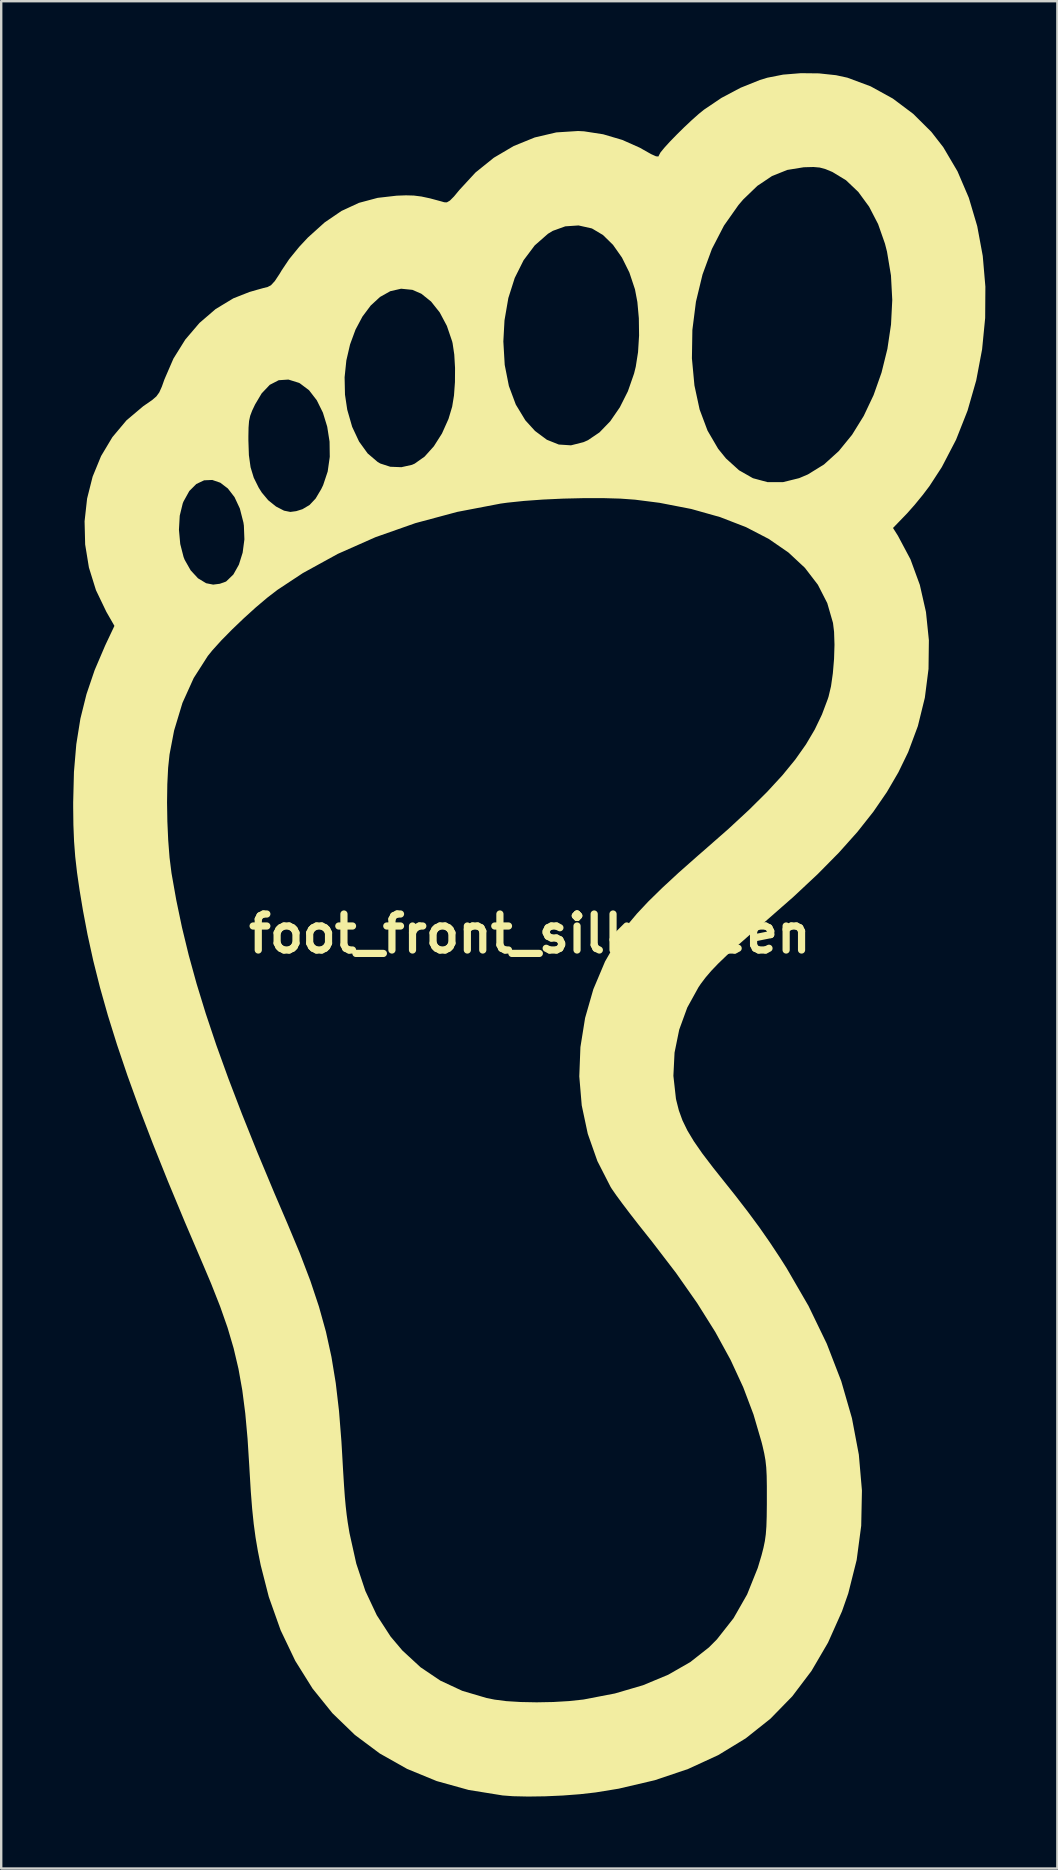
<source format=kicad_pcb>
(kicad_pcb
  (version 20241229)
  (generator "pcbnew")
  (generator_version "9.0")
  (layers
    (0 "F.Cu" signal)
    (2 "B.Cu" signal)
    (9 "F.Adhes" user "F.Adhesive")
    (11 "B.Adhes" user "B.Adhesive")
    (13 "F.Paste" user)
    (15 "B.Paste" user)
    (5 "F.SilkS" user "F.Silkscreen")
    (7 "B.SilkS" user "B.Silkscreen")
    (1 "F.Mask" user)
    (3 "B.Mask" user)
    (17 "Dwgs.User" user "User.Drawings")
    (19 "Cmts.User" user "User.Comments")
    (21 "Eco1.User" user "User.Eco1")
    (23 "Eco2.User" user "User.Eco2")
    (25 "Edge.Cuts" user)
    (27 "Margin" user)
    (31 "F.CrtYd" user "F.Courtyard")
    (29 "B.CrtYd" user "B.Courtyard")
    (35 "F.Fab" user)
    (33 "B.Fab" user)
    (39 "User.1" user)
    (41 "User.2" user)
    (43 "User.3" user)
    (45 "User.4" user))
  (footprint "foot_front_silkscreen"
    (layer "F.Cu")
    (at 19.035 35.865)
    (property "Reference" "foot_front_silkscreen" (at 0 0 0) (layer "F.SilkS") (effects (font (size 1.5 1.5) (thickness 0.3))))
    (attr board_only exclude_from_pos_files exclude_from_bom)
    (fp_poly (pts (xy 12.046 -35.857) (xy 12.757 -35.781) (xy 13.23 -35.678) (xy 14.2 -35.317) (xy 15.124 -34.808) (xy 15.976 -34.169) (xy 16.73 -33.42) (xy 17.228 -32.78) (xy 17.821 -31.774) (xy 18.293 -30.671) (xy 18.643 -29.49) (xy 18.873 -28.249) (xy 18.983 -26.968) (xy 18.974 -25.663) (xy 18.846 -24.355) (xy 18.601 -23.061) (xy 18.239 -21.799) (xy 17.761 -20.589) (xy 17.168 -19.449) (xy 16.653 -18.657) (xy 16.367 -18.28) (xy 16.037 -17.877) (xy 15.724 -17.523) (xy 15.653 -17.449) (xy 15.133 -16.911) (xy 15.336 -16.59) (xy 15.86 -15.606) (xy 16.251 -14.538) (xy 16.507 -13.407) (xy 16.628 -12.233) (xy 16.613 -11.036) (xy 16.46 -9.836) (xy 16.169 -8.654) (xy 15.765 -7.568) (xy 15.358 -6.729) (xy 14.877 -5.904) (xy 14.311 -5.08) (xy 13.649 -4.243) (xy 12.88 -3.382) (xy 11.994 -2.484) (xy 10.98 -1.535) (xy 9.827 -0.524) (xy 9.798 -0.499) (xy 9.151 0.057) (xy 8.619 0.524) (xy 8.187 0.918) (xy 7.837 1.255) (xy 7.555 1.551) (xy 7.323 1.822) (xy 7.126 2.083) (xy 7.029 2.225) (xy 6.559 3.076) (xy 6.223 3.997) (xy 6.028 4.956) (xy 5.98 5.923) (xy 6.085 6.867) (xy 6.099 6.936) (xy 6.208 7.366) (xy 6.358 7.779) (xy 6.562 8.199) (xy 6.834 8.652) (xy 7.188 9.162) (xy 7.639 9.753) (xy 7.927 10.115) (xy 8.553 10.9) (xy 9.089 11.595) (xy 9.563 12.237) (xy 9.998 12.861) (xy 10.421 13.5) (xy 10.696 13.933) (xy 11.612 15.514) (xy 12.372 17.086) (xy 12.975 18.646) (xy 13.421 20.189) (xy 13.709 21.711) (xy 13.838 23.206) (xy 13.808 24.672) (xy 13.618 26.102) (xy 13.268 27.494) (xy 13.007 28.239) (xy 12.425 29.544) (xy 11.735 30.724) (xy 10.935 31.782) (xy 10.022 32.718) (xy 8.995 33.534) (xy 7.851 34.232) (xy 6.588 34.813) (xy 5.205 35.279) (xy 3.699 35.632) (xy 2.742 35.788) (xy 2.092 35.862) (xy 1.374 35.917) (xy 0.636 35.95) (xy -0.073 35.96) (xy -0.706 35.946) (xy -1.135 35.914) (xy -2.555 35.685) (xy -3.884 35.315) (xy -5.118 34.808) (xy -6.256 34.166) (xy -7.294 33.392) (xy -8.229 32.488) (xy -9.059 31.458) (xy -9.779 30.305) (xy -10.388 29.031) (xy -10.882 27.639) (xy -11.22 26.316) (xy -11.337 25.732) (xy -11.433 25.17) (xy -11.511 24.593) (xy -11.576 23.965) (xy -11.632 23.25) (xy -11.683 22.409) (xy -11.692 22.246) (xy -11.767 21.05) (xy -11.863 19.988) (xy -11.987 19.027) (xy -12.146 18.134) (xy -12.348 17.276) (xy -12.6 16.42) (xy -12.911 15.533) (xy -13.287 14.58) (xy -13.598 13.845) (xy -14.379 12.019) (xy -15.083 10.326) (xy -15.713 8.754) (xy -16.274 7.29) (xy -16.77 5.92) (xy -17.206 4.631) (xy -17.587 3.411) (xy -17.916 2.246) (xy -18.198 1.124) (xy -18.438 0.031) (xy -18.627 -0.967) (xy -18.768 -1.815) (xy -18.874 -2.547) (xy -18.95 -3.212) (xy -18.999 -3.859) (xy -19.026 -4.534) (xy -19.035 -5.287) (xy -19.035 -5.467) (xy -19.035 -5.473) (xy -15.123 -5.473) (xy -15.11 -4.681) (xy -15.075 -3.901) (xy -15.019 -3.177) (xy -14.941 -2.553) (xy -14.937 -2.523) (xy -14.738 -1.399) (xy -14.501 -0.266) (xy -14.22 0.891) (xy -13.891 2.085) (xy -13.509 3.33) (xy -13.07 4.641) (xy -12.568 6.031) (xy -12 7.515) (xy -11.361 9.108) (xy -10.645 10.822) (xy -10.11 12.069) (xy -9.588 13.318) (xy -9.151 14.464) (xy -8.792 15.542) (xy -8.501 16.587) (xy -8.271 17.637) (xy -8.092 18.726) (xy -7.956 19.891) (xy -7.855 21.167) (xy -7.824 21.699) (xy -7.783 22.417) (xy -7.747 22.996) (xy -7.713 23.468) (xy -7.677 23.861) (xy -7.638 24.206) (xy -7.593 24.533) (xy -7.537 24.871) (xy -7.519 24.979) (xy -7.236 26.252) (xy -6.858 27.391) (xy -6.382 28.403) (xy -5.805 29.293) (xy -5.313 29.875) (xy -4.555 30.574) (xy -3.73 31.13) (xy -2.821 31.553) (xy -1.809 31.852) (xy -1.472 31.92) (xy -0.989 31.983) (xy -0.388 32.02) (xy 0.281 32.033) (xy 0.971 32.02) (xy 1.631 31.981) (xy 2.214 31.918) (xy 2.249 31.913) (xy 3.542 31.664) (xy 4.716 31.32) (xy 5.764 30.883) (xy 6.682 30.357) (xy 7.461 29.744) (xy 7.795 29.408) (xy 8.486 28.529) (xy 9.052 27.538) (xy 9.496 26.432) (xy 9.654 25.905) (xy 9.734 25.593) (xy 9.792 25.314) (xy 9.831 25.031) (xy 9.856 24.704) (xy 9.869 24.296) (xy 9.875 23.768) (xy 9.875 23.592) (xy 9.875 23.027) (xy 9.868 22.591) (xy 9.85 22.244) (xy 9.817 21.945) (xy 9.766 21.657) (xy 9.693 21.337) (xy 9.652 21.176) (xy 9.319 20.037) (xy 8.892 18.906) (xy 8.365 17.765) (xy 7.728 16.601) (xy 6.973 15.398) (xy 6.092 14.141) (xy 5.076 12.815) (xy 4.898 12.592) (xy 4.526 12.123) (xy 4.171 11.666) (xy 3.854 11.248) (xy 3.594 10.894) (xy 3.413 10.633) (xy 3.364 10.555) (xy 2.812 9.475) (xy 2.411 8.336) (xy 2.16 7.155) (xy 2.058 5.946) (xy 2.105 4.727) (xy 2.3 3.512) (xy 2.643 2.316) (xy 3.132 1.157) (xy 3.768 0.048) (xy 3.772 0.042) (xy 4.074 -0.376) (xy 4.458 -0.834) (xy 4.934 -1.342) (xy 5.514 -1.91) (xy 6.207 -2.551) (xy 7.025 -3.274) (xy 7.275 -3.491) (xy 8.275 -4.369) (xy 9.142 -5.173) (xy 9.888 -5.913) (xy 10.524 -6.604) (xy 11.059 -7.258) (xy 11.505 -7.89) (xy 11.872 -8.511) (xy 12.171 -9.135) (xy 12.412 -9.776) (xy 12.447 -9.882) (xy 12.549 -10.313) (xy 12.626 -10.855) (xy 12.676 -11.451) (xy 12.694 -12.045) (xy 12.677 -12.582) (xy 12.632 -12.952) (xy 12.393 -13.779) (xy 12.001 -14.545) (xy 11.461 -15.249) (xy 10.779 -15.885) (xy 9.958 -16.452) (xy 9.006 -16.946) (xy 7.926 -17.364) (xy 6.723 -17.703) (xy 5.404 -17.959) (xy 4.381 -18.09) (xy 3.774 -18.134) (xy 3.043 -18.155) (xy 2.232 -18.154) (xy 1.385 -18.134) (xy 0.545 -18.095) (xy -0.245 -18.038) (xy -0.942 -17.965) (xy -1.22 -17.927) (xy -3.026 -17.581) (xy -4.77 -17.113) (xy -6.435 -16.527) (xy -8.004 -15.832) (xy -9.462 -15.031) (xy -10.52 -14.332) (xy -10.943 -14.007) (xy -11.422 -13.602) (xy -11.923 -13.148) (xy -12.414 -12.678) (xy -12.861 -12.224) (xy -13.23 -11.816) (xy -13.424 -11.577) (xy -14.012 -10.657) (xy -14.481 -9.619) (xy -14.829 -8.468) (xy -15.019 -7.473) (xy -15.078 -6.914) (xy -15.112 -6.232) (xy -15.123 -5.473) (xy -19.035 -5.473) (xy -19.003 -6.743) (xy -18.905 -7.897) (xy -18.734 -8.965) (xy -18.481 -9.982) (xy -18.141 -10.985) (xy -17.704 -12.008) (xy -17.655 -12.113) (xy -17.316 -12.83) (xy -17.653 -13.417) (xy -18.086 -14.319) (xy -18.379 -15.261) (xy -18.536 -16.223) (xy -18.551 -16.837) (xy -14.627 -16.837) (xy -14.573 -16.241) (xy -14.434 -15.7) (xy -14.387 -15.581) (xy -14.139 -15.145) (xy -13.833 -14.813) (xy -13.494 -14.608) (xy -13.201 -14.55) (xy -12.924 -14.585) (xy -12.681 -14.671) (xy -12.652 -14.688) (xy -12.358 -14.973) (xy -12.128 -15.383) (xy -11.972 -15.882) (xy -11.899 -16.436) (xy -11.921 -17.009) (xy -11.94 -17.138) (xy -12.089 -17.722) (xy -12.311 -18.197) (xy -12.589 -18.557) (xy -12.904 -18.797) (xy -13.239 -18.912) (xy -13.578 -18.897) (xy -13.902 -18.744) (xy -14.195 -18.451) (xy -14.439 -18.01) (xy -14.47 -17.931) (xy -14.594 -17.422) (xy -14.627 -16.837) (xy -18.551 -16.837) (xy -18.56 -17.188) (xy -18.455 -18.136) (xy -18.225 -19.049) (xy -17.872 -19.909) (xy -17.479 -20.566) (xy -11.733 -20.566) (xy -11.712 -19.945) (xy -11.642 -19.441) (xy -11.509 -19.005) (xy -11.303 -18.59) (xy -11.174 -18.386) (xy -10.907 -18.067) (xy -10.582 -17.805) (xy -10.247 -17.632) (xy -9.985 -17.579) (xy -9.739 -17.612) (xy -9.48 -17.693) (xy -9.183 -17.869) (xy -8.931 -18.137) (xy -8.698 -18.529) (xy -8.617 -18.697) (xy -8.428 -19.263) (xy -8.341 -19.876) (xy -8.35 -20.51) (xy -8.448 -21.133) (xy -8.627 -21.717) (xy -8.882 -22.232) (xy -9.204 -22.65) (xy -9.587 -22.939) (xy -9.626 -22.959) (xy -10.064 -23.096) (xy -10.469 -23.069) (xy -10.841 -22.877) (xy -11.179 -22.521) (xy -11.454 -22.058) (xy -11.578 -21.797) (xy -11.658 -21.584) (xy -11.705 -21.367) (xy -11.726 -21.099) (xy -11.733 -20.729) (xy -11.733 -20.566) (xy -17.479 -20.566) (xy -17.4 -20.697) (xy -16.814 -21.396) (xy -16.115 -21.986) (xy -16.012 -22.057) (xy -15.744 -22.242) (xy -15.568 -22.394) (xy -15.446 -22.563) (xy -15.34 -22.8) (xy -15.234 -23.097) (xy -15.194 -23.191) (xy -7.723 -23.191) (xy -7.707 -22.468) (xy -7.613 -21.839) (xy -7.408 -21.126) (xy -7.12 -20.512) (xy -6.763 -20.018) (xy -6.346 -19.662) (xy -6.232 -19.596) (xy -5.819 -19.462) (xy -5.357 -19.444) (xy -4.916 -19.542) (xy -4.801 -19.593) (xy -4.389 -19.885) (xy -4.004 -20.314) (xy -3.665 -20.848) (xy -3.393 -21.455) (xy -3.24 -21.966) (xy -3.164 -22.432) (xy -3.124 -22.99) (xy -3.12 -23.578) (xy -3.152 -24.136) (xy -3.221 -24.604) (xy -3.24 -24.685) (xy -1.107 -24.685) (xy -1.05 -23.707) (xy -0.876 -22.827) (xy -0.588 -22.054) (xy -0.189 -21.396) (xy 0.214 -20.953) (xy 0.707 -20.587) (xy 1.204 -20.388) (xy 1.712 -20.355) (xy 2.237 -20.488) (xy 2.421 -20.57) (xy 2.899 -20.893) (xy 3.347 -21.357) (xy 3.747 -21.938) (xy 4.084 -22.608) (xy 4.34 -23.343) (xy 4.411 -23.629) (xy 4.466 -23.979) (xy 6.752 -23.979) (xy 6.857 -22.851) (xy 7.073 -21.848) (xy 7.403 -20.968) (xy 7.845 -20.211) (xy 8.171 -19.809) (xy 8.716 -19.315) (xy 9.295 -18.985) (xy 9.907 -18.82) (xy 10.549 -18.821) (xy 11.22 -18.987) (xy 11.585 -19.142) (xy 12.257 -19.557) (xy 12.872 -20.114) (xy 13.426 -20.794) (xy 13.912 -21.579) (xy 14.324 -22.449) (xy 14.655 -23.387) (xy 14.899 -24.373) (xy 15.05 -25.389) (xy 15.102 -26.415) (xy 15.048 -27.434) (xy 14.883 -28.426) (xy 14.798 -28.759) (xy 14.512 -29.575) (xy 14.137 -30.3) (xy 13.686 -30.916) (xy 13.173 -31.404) (xy 12.611 -31.745) (xy 12.606 -31.748) (xy 12.319 -31.867) (xy 12.08 -31.932) (xy 11.821 -31.955) (xy 11.475 -31.946) (xy 11.406 -31.943) (xy 10.727 -31.833) (xy 10.089 -31.577) (xy 9.48 -31.169) (xy 8.89 -30.601) (xy 8.693 -30.371) (xy 8.088 -29.512) (xy 7.585 -28.539) (xy 7.194 -27.474) (xy 6.92 -26.341) (xy 6.771 -25.163) (xy 6.752 -23.979) (xy 4.466 -23.979) (xy 4.507 -24.239) (xy 4.55 -24.934) (xy 4.54 -25.651) (xy 4.479 -26.328) (xy 4.379 -26.856) (xy 4.146 -27.556) (xy 3.836 -28.181) (xy 3.464 -28.71) (xy 3.047 -29.119) (xy 2.601 -29.385) (xy 2.566 -29.399) (xy 2.026 -29.519) (xy 1.475 -29.482) (xy 0.954 -29.294) (xy 0.753 -29.172) (xy 0.2 -28.686) (xy -0.264 -28.068) (xy -0.632 -27.332) (xy -0.899 -26.493) (xy -1.059 -25.564) (xy -1.107 -24.685) (xy -3.24 -24.685) (xy -3.241 -24.688) (xy -3.461 -25.334) (xy -3.759 -25.894) (xy -4.119 -26.348) (xy -4.526 -26.674) (xy -4.897 -26.835) (xy -5.368 -26.882) (xy -5.821 -26.778) (xy -6.246 -26.539) (xy -6.635 -26.181) (xy -6.979 -25.721) (xy -7.269 -25.176) (xy -7.495 -24.561) (xy -7.65 -23.894) (xy -7.723 -23.191) (xy -15.194 -23.191) (xy -14.857 -23.969) (xy -14.364 -24.761) (xy -13.772 -25.455) (xy -13.098 -26.035) (xy -12.36 -26.481) (xy -11.691 -26.745) (xy -11.376 -26.836) (xy -11.098 -26.913) (xy -10.934 -26.953) (xy -10.792 -27.026) (xy -10.63 -27.203) (xy -10.43 -27.505) (xy -10.345 -27.648) (xy -10.03 -28.118) (xy -9.617 -28.625) (xy -9.252 -29.016) (xy -8.553 -29.646) (xy -7.853 -30.123) (xy -7.127 -30.46) (xy -6.345 -30.669) (xy -5.551 -30.76) (xy -5.165 -30.774) (xy -4.839 -30.765) (xy -4.521 -30.725) (xy -4.159 -30.647) (xy -3.703 -30.524) (xy -3.566 -30.484) (xy -3.458 -30.483) (xy -3.333 -30.556) (xy -3.165 -30.725) (xy -2.939 -30.998) (xy -2.266 -31.727) (xy -1.504 -32.341) (xy -0.674 -32.83) (xy 0.201 -33.186) (xy 1.102 -33.397) (xy 2.007 -33.455) (xy 2.256 -33.442) (xy 3.052 -33.319) (xy 3.852 -33.083) (xy 4.586 -32.756) (xy 4.737 -32.67) (xy 5.054 -32.491) (xy 5.254 -32.401) (xy 5.356 -32.393) (xy 5.383 -32.451) (xy 5.441 -32.559) (xy 5.6 -32.754) (xy 5.835 -33.012) (xy 6.122 -33.307) (xy 6.435 -33.616) (xy 6.75 -33.912) (xy 7.042 -34.171) (xy 7.251 -34.341) (xy 7.982 -34.834) (xy 8.782 -35.258) (xy 9.587 -35.582) (xy 9.896 -35.676) (xy 10.553 -35.805) (xy 11.291 -35.865)) (stroke (width 0) (type solid)) (fill yes) (layer "F.SilkS")))
  (gr_rect
    (start -3 -3)
    (end 41.018 74.825)
    (stroke (width 0.1) (type default))
    (fill no)
    (layer "Edge.Cuts")))
</source>
